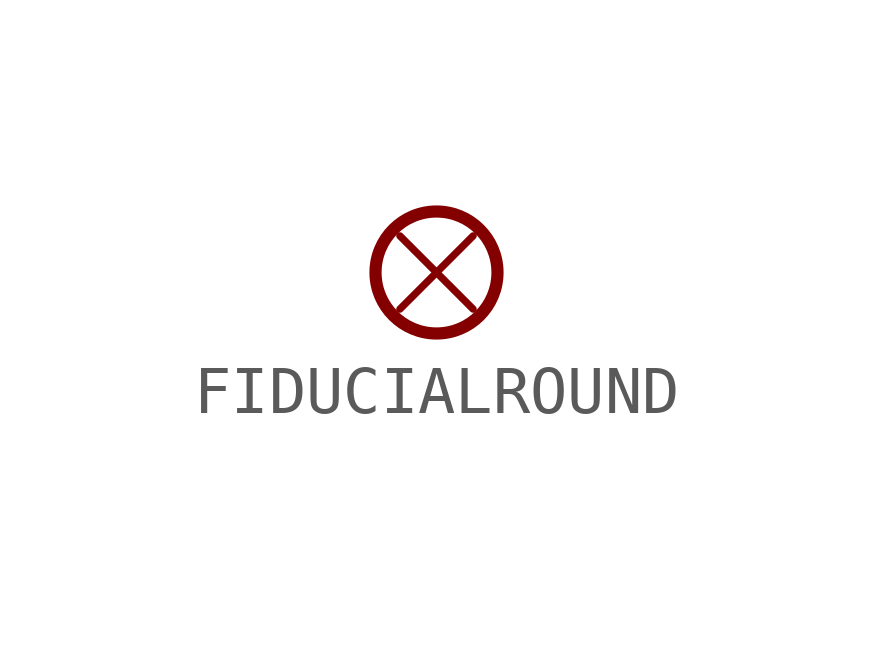
<source format=kicad_sym>
(kicad_symbol_lib
  (version 20211014)
  (generator kicad_symbol_editor)
  (symbol "FIDUCIALROUND"
    (pin_names
      (offset 1.016))
    (property "Reference" "FID"
      (at 0 0 0)
      (effects (font (size 1.27 1.27)) hide))
    (property "ki_locked" ""
      (at 0 0 0)
      (effects (font (size 1.27 1.27))))
    (symbol "FIDUCIALROUND_1_0"
      (polyline (pts (xy -0.762 0.762) (xy 0.762 -0.762)) (stroke (width 0) (type default) (color 0 0 0 0)) (fill (type none)))
      (polyline (pts (xy 0.762 0.762) (xy -0.762 -0.762)) (stroke (width 0) (type default) (color 0 0 0 0)) (fill (type none)))
      (circle (center 0 0) (radius 1.27) (stroke (width 0.254) (type default) (color 0 0 0 0)) (fill (type none))))))
</source>
